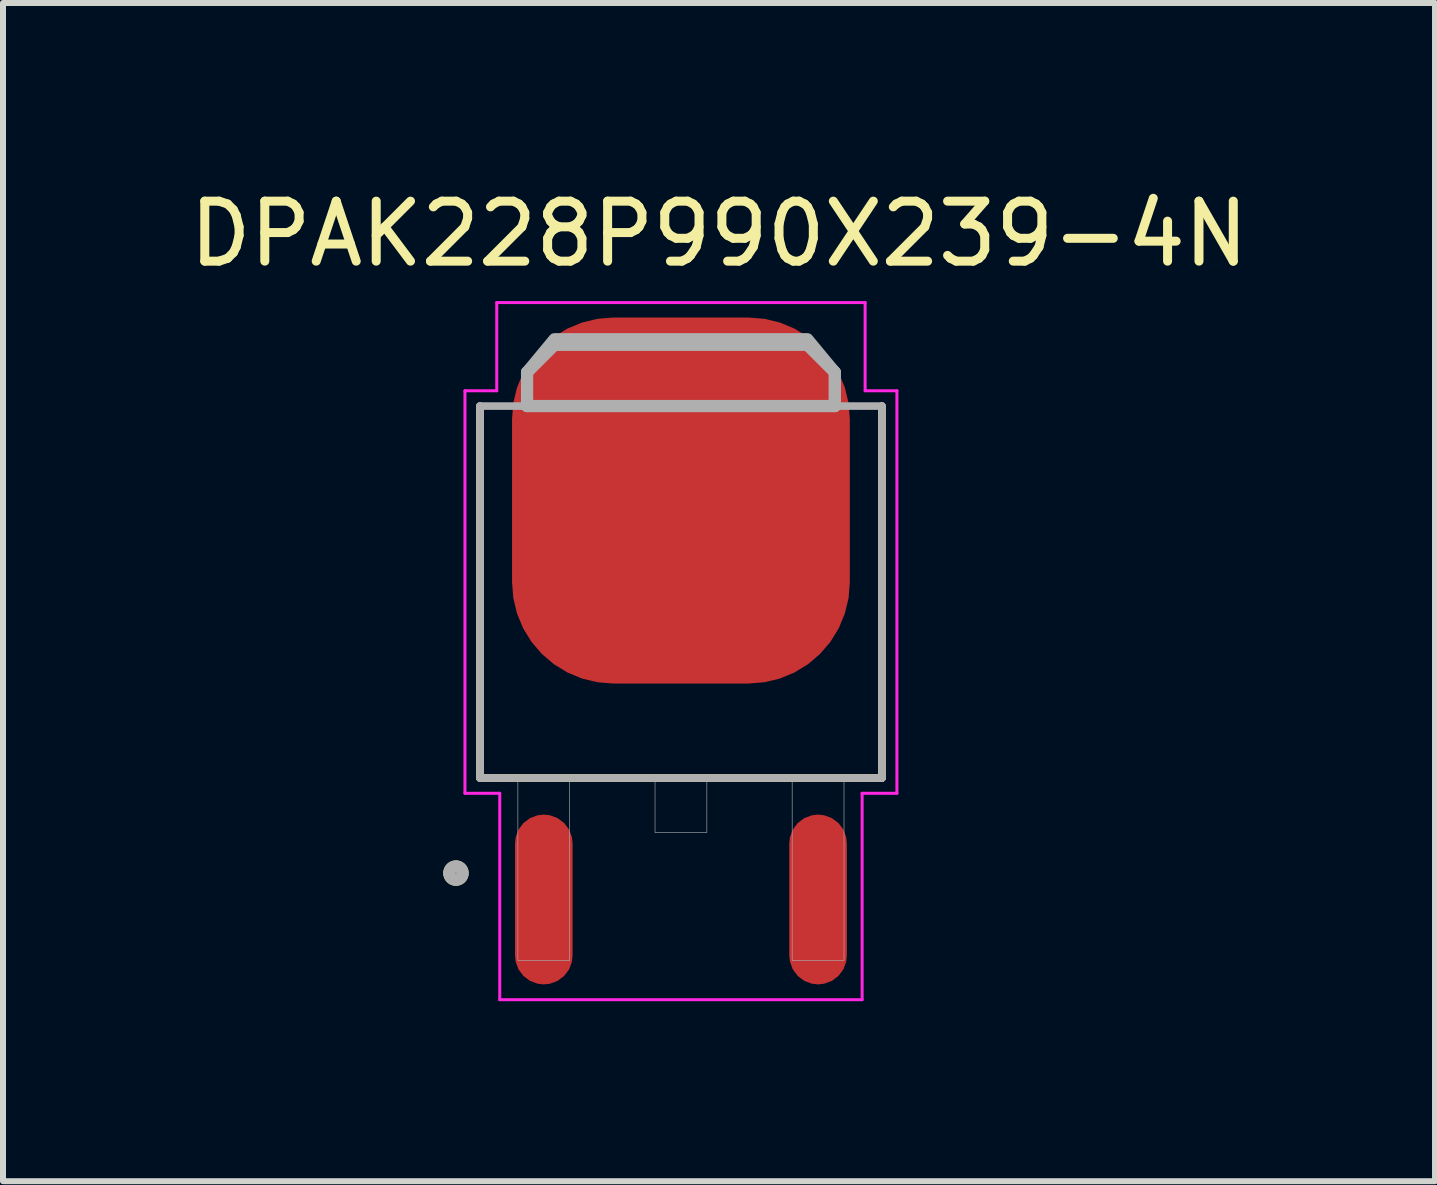
<source format=kicad_pcb>
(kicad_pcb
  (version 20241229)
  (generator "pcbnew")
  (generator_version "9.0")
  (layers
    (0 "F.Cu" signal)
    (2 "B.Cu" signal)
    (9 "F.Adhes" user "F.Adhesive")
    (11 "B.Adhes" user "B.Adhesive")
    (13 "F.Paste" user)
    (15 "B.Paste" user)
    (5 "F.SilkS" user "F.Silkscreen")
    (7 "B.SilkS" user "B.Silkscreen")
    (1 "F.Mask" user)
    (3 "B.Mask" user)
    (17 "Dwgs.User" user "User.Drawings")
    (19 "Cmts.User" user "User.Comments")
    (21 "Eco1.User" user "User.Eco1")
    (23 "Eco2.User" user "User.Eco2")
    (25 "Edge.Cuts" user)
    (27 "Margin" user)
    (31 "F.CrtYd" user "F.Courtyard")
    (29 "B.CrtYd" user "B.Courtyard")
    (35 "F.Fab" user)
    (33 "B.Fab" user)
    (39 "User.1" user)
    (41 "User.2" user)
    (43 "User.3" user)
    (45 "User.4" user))
  (footprint "DPAK228P990X239-4N"
    (layer "F.Cu")
    (at 8.3 7.803)
    (property "Reference" "DPAK228P990X239-4N" (at 0.635 -6.955 0) (layer "F.SilkS") (effects (font (size 1 1) (thickness 0.15))))
    (attr smd)
    (fp_line (start -3.35 2.115) (end -3.35 -4.085) (stroke (width 0.127) (type solid)) (layer "F.SilkS"))
    (fp_line (start 3.35 -4.085) (end 3.35 2.115) (stroke (width 0.127) (type solid)) (layer "F.SilkS"))
    (fp_line (start 3.35 2.115) (end -3.35 2.115) (stroke (width 0.127) (type solid)) (layer "F.SilkS"))
    (fp_circle (center -3.75 3.7) (end -3.638 3.7) (stroke (width 0.2) (type solid)) (fill no) (layer "F.SilkS"))
    (fp_poly (pts (xy -2.535 -5.27) (xy -1.225 -5.27) (xy -1.225 -3.81) (xy -2.535 -3.81)) (stroke (width 0.01) (type solid)) (fill yes) (layer "F.Paste"))
    (fp_poly (pts (xy -2.535 -3.24) (xy -1.225 -3.24) (xy -1.225 -1.78) (xy -2.535 -1.78)) (stroke (width 0.01) (type solid)) (fill yes) (layer "F.Paste"))
    (fp_poly (pts (xy -2.535 -1.21) (xy -1.225 -1.21) (xy -1.225 0.25) (xy -2.535 0.25)) (stroke (width 0.01) (type solid)) (fill yes) (layer "F.Paste"))
    (fp_poly (pts (xy -0.655 -5.27) (xy 0.655 -5.27) (xy 0.655 -3.81) (xy -0.655 -3.81)) (stroke (width 0.01) (type solid)) (fill yes) (layer "F.Paste"))
    (fp_poly (pts (xy -0.655 -3.24) (xy 0.655 -3.24) (xy 0.655 -1.78) (xy -0.655 -1.78)) (stroke (width 0.01) (type solid)) (fill yes) (layer "F.Paste"))
    (fp_poly (pts (xy -0.655 -1.21) (xy 0.655 -1.21) (xy 0.655 0.25) (xy -0.655 0.25)) (stroke (width 0.01) (type solid)) (fill yes) (layer "F.Paste"))
    (fp_poly (pts (xy 1.225 -5.27) (xy 2.535 -5.27) (xy 2.535 -3.81) (xy 1.225 -3.81)) (stroke (width 0.01) (type solid)) (fill yes) (layer "F.Paste"))
    (fp_poly (pts (xy 1.225 -3.24) (xy 2.535 -3.24) (xy 2.535 -1.78) (xy 1.225 -1.78)) (stroke (width 0.01) (type solid)) (fill yes) (layer "F.Paste"))
    (fp_poly (pts (xy 1.225 -1.21) (xy 2.535 -1.21) (xy 2.535 0.25) (xy 1.225 0.25)) (stroke (width 0.01) (type solid)) (fill yes) (layer "F.Paste"))
    (fp_line (start -3.6 -4.34) (end -3.07 -4.34) (stroke (width 0.05) (type solid)) (layer "F.CrtYd"))
    (fp_line (start -3.6 2.37) (end -3.6 -4.34) (stroke (width 0.05) (type solid)) (layer "F.CrtYd"))
    (fp_line (start -3.07 -5.81) (end 3.07 -5.81) (stroke (width 0.05) (type solid)) (layer "F.CrtYd"))
    (fp_line (start -3.07 -4.34) (end -3.07 -5.81) (stroke (width 0.05) (type solid)) (layer "F.CrtYd"))
    (fp_line (start -3.02 2.37) (end -3.6 2.37) (stroke (width 0.05) (type solid)) (layer "F.CrtYd"))
    (fp_line (start -3.02 5.81) (end -3.02 2.37) (stroke (width 0.05) (type solid)) (layer "F.CrtYd"))
    (fp_line (start 3.02 2.37) (end 3.02 5.81) (stroke (width 0.05) (type solid)) (layer "F.CrtYd"))
    (fp_line (start 3.02 5.81) (end -3.02 5.81) (stroke (width 0.05) (type solid)) (layer "F.CrtYd"))
    (fp_line (start 3.07 -5.81) (end 3.07 -4.34) (stroke (width 0.05) (type solid)) (layer "F.CrtYd"))
    (fp_line (start 3.07 -4.34) (end 3.6 -4.34) (stroke (width 0.05) (type solid)) (layer "F.CrtYd"))
    (fp_line (start 3.6 -4.34) (end 3.6 2.37) (stroke (width 0.05) (type solid)) (layer "F.CrtYd"))
    (fp_line (start 3.6 2.37) (end 3.02 2.37) (stroke (width 0.05) (type solid)) (layer "F.CrtYd"))
    (fp_line (start -3.35 -4.085) (end -2.565 -4.085) (stroke (width 0.127) (type solid)) (layer "F.Fab"))
    (fp_line (start -3.35 2.115) (end -3.35 -4.085) (stroke (width 0.127) (type solid)) (layer "F.Fab"))
    (fp_line (start -2.565 -4.648) (end -2.108 -5.105) (stroke (width 0.203) (type solid)) (layer "F.Fab"))
    (fp_line (start -2.565 -4.085) (end -2.565 -4.648) (stroke (width 0.203) (type solid)) (layer "F.Fab"))
    (fp_line (start -2.108 -5.105) (end 2.108 -5.105) (stroke (width 0.203) (type solid)) (layer "F.Fab"))
    (fp_line (start 2.108 -5.105) (end 2.565 -4.648) (stroke (width 0.203) (type solid)) (layer "F.Fab"))
    (fp_line (start 2.565 -4.648) (end 2.565 -4.085) (stroke (width 0.203) (type solid)) (layer "F.Fab"))
    (fp_line (start 2.565 -4.085) (end -2.565 -4.085) (stroke (width 0.203) (type solid)) (layer "F.Fab"))
    (fp_line (start 2.565 -4.085) (end 3.35 -4.085) (stroke (width 0.127) (type solid)) (layer "F.Fab"))
    (fp_line (start 3.35 -4.085) (end 3.35 2.115) (stroke (width 0.127) (type solid)) (layer "F.Fab"))
    (fp_line (start 3.35 2.115) (end -3.35 2.115) (stroke (width 0.127) (type solid)) (layer "F.Fab"))
    (fp_circle (center -3.75 3.7) (end -3.638 3.7) (stroke (width 0.2) (type solid)) (fill no) (layer "F.Fab"))
    (fp_poly (pts (xy -2.718 2.115) (xy -1.854 2.115) (xy -1.854 5.156) (xy -2.718 5.156)) (stroke (width 0.01) (type solid)) (fill no) (layer "F.Fab"))
    (fp_poly (pts (xy -0.432 2.115) (xy 0.432 2.115) (xy 0.432 3.023) (xy -0.432 3.023)) (stroke (width 0.01) (type solid)) (fill no) (layer "F.Fab"))
    (fp_poly (pts (xy 1.854 2.115) (xy 2.718 2.115) (xy 2.718 5.156) (xy 1.854 5.156)) (stroke (width 0.01) (type solid)) (fill no) (layer "F.Fab"))
    (fp_poly (pts (xy -2.565 -4.085) (xy -2.565 -4.648) (xy -2.108 -5.2) (xy 2.108 -5.2) (xy 2.565 -4.648) (xy 2.565 -4.085)) (stroke (width 0.2) (type solid)) (fill no) (layer "F.Fab"))
    (pad "1" smd roundrect (at -2.286 4.14) (size 0.96 2.83) (layers "F.Cu" "F.Mask" "F.Paste") (roundrect_rratio 0.5))
    (pad "2" smd roundrect (at 0 -2.51) (size 5.63 6.1) (layers "F.Cu" "F.Mask") (roundrect_rratio 0.3))
    (pad "3" smd roundrect (at 2.286 4.14) (size 0.96 2.83) (layers "F.Cu" "F.Mask" "F.Paste") (roundrect_rratio 0.5)))
  (gr_rect
    (start -3 -3)
    (end 20.869 16.638)
    (stroke (width 0.1) (type default))
    (fill no)
    (layer "Edge.Cuts")))
</source>
